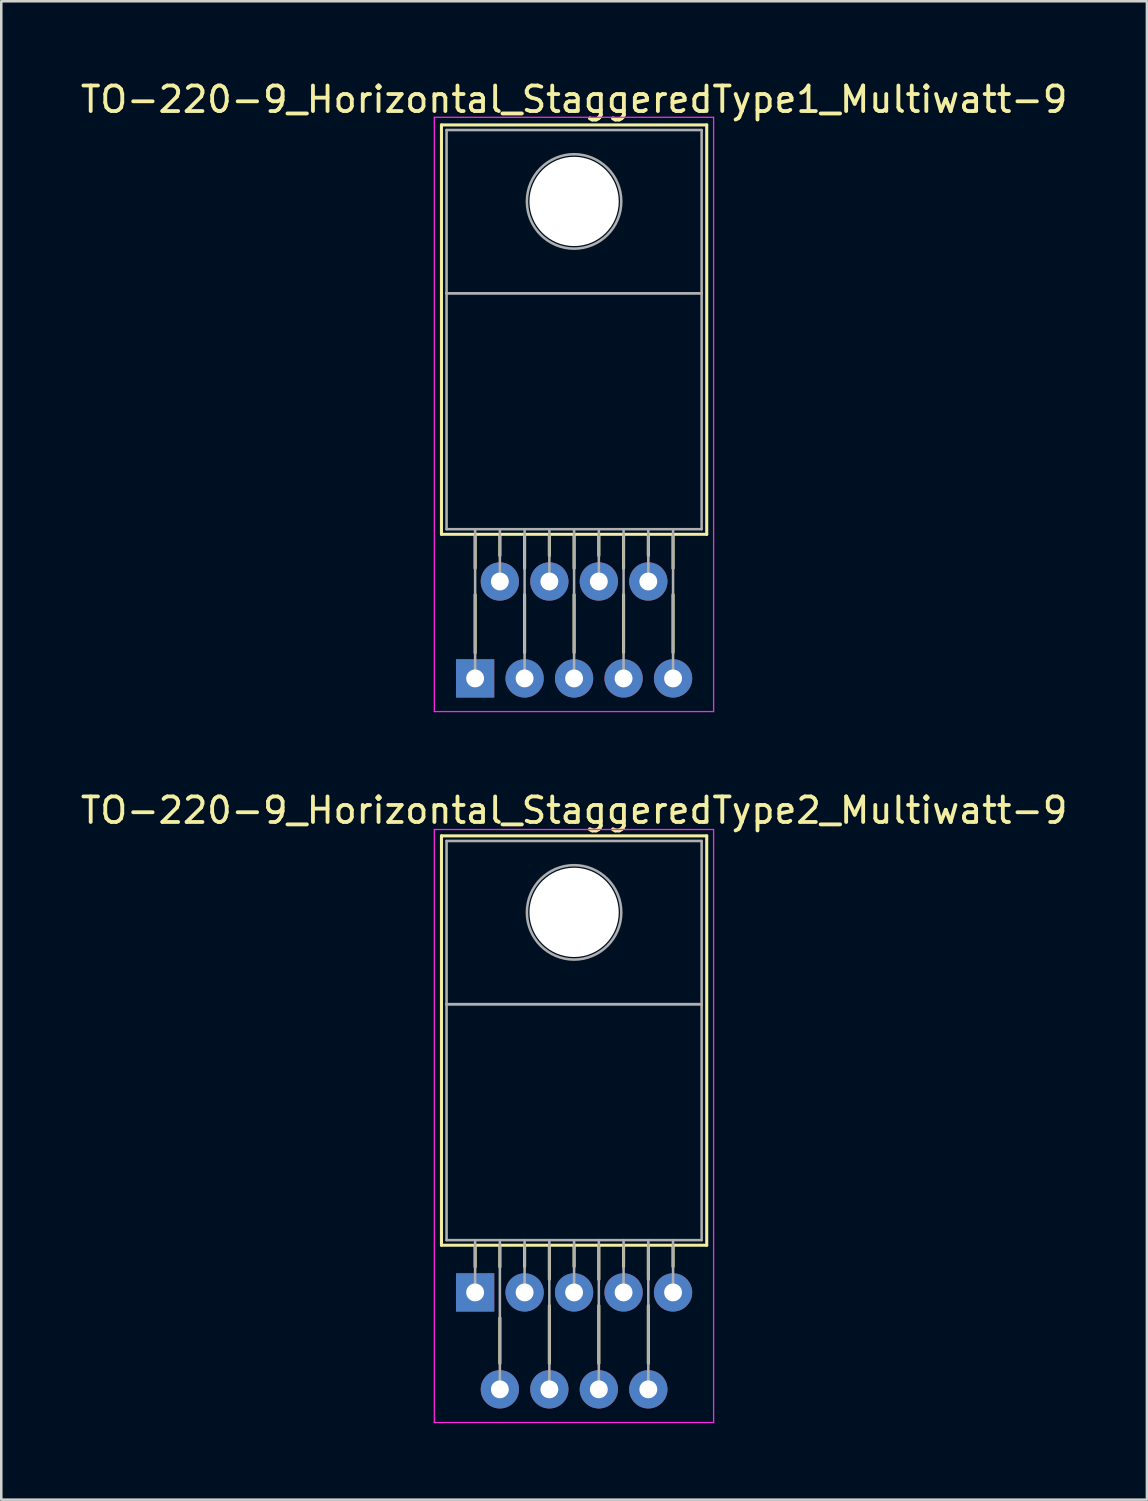
<source format=kicad_pcb>
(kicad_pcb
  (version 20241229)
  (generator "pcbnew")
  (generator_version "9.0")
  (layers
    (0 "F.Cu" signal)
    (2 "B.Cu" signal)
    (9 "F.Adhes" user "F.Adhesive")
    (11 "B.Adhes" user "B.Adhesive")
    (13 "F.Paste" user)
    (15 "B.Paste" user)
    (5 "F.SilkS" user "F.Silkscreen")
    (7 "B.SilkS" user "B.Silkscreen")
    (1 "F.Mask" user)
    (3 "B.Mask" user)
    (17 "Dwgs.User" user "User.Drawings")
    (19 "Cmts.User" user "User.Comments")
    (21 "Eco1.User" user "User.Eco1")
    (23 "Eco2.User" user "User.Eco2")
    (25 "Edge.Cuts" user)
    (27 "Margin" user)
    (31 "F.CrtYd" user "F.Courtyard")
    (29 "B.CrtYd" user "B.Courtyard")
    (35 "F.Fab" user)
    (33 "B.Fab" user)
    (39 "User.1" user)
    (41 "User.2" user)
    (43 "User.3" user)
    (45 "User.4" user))
  (footprint "TO-220-9_Horizontal_StaggeredType2_Multiwatt-9"
    (layer "F.Cu")
    (at 15.578 47.621)
    (property "Reference" "TO-220-9_Horizontal_StaggeredType2_Multiwatt-9" (at 3.88 -18.9 0) (layer "F.SilkS") (effects (font (size 1 1) (thickness 0.15))))
    (attr through_hole)
    (fp_line (start -1.32 -17.9) (end -1.32 -1.85) (stroke (width 0.12) (type solid)) (layer "F.SilkS"))
    (fp_line (start -1.32 -17.9) (end 9.08 -17.9) (stroke (width 0.12) (type solid)) (layer "F.SilkS"))
    (fp_line (start -1.32 -1.85) (end 9.08 -1.85) (stroke (width 0.12) (type solid)) (layer "F.SilkS"))
    (fp_line (start 0 -1.85) (end 0 -1) (stroke (width 0.12) (type solid)) (layer "F.SilkS"))
    (fp_line (start 0.97 -1.85) (end 0.97 -1) (stroke (width 0.12) (type solid)) (layer "F.SilkS"))
    (fp_line (start 0.97 1) (end 0.97 2.785) (stroke (width 0.12) (type solid)) (layer "F.SilkS"))
    (fp_line (start 1.94 -1.85) (end 1.94 -1.015) (stroke (width 0.12) (type solid)) (layer "F.SilkS"))
    (fp_line (start 2.91 -1.85) (end 2.91 -0.515) (stroke (width 0.12) (type solid)) (layer "F.SilkS"))
    (fp_line (start 2.91 0.515) (end 2.91 2.785) (stroke (width 0.12) (type solid)) (layer "F.SilkS"))
    (fp_line (start 3.88 -1.85) (end 3.88 -1.015) (stroke (width 0.12) (type solid)) (layer "F.SilkS"))
    (fp_line (start 4.85 -1.85) (end 4.85 -0.515) (stroke (width 0.12) (type solid)) (layer "F.SilkS"))
    (fp_line (start 4.85 0.515) (end 4.85 2.785) (stroke (width 0.12) (type solid)) (layer "F.SilkS"))
    (fp_line (start 5.82 -1.85) (end 5.82 -1.015) (stroke (width 0.12) (type solid)) (layer "F.SilkS"))
    (fp_line (start 6.79 -1.85) (end 6.79 -0.515) (stroke (width 0.12) (type solid)) (layer "F.SilkS"))
    (fp_line (start 6.79 0.515) (end 6.79 2.785) (stroke (width 0.12) (type solid)) (layer "F.SilkS"))
    (fp_line (start 7.76 -1.85) (end 7.76 -1.015) (stroke (width 0.12) (type solid)) (layer "F.SilkS"))
    (fp_line (start 9.08 -17.9) (end 9.08 -1.85) (stroke (width 0.12) (type solid)) (layer "F.SilkS"))
    (fp_line (start -1.6 -18.15) (end -1.6 5.1) (stroke (width 0.05) (type solid)) (layer "F.CrtYd"))
    (fp_line (start -1.6 5.1) (end 9.35 5.1) (stroke (width 0.05) (type solid)) (layer "F.CrtYd"))
    (fp_line (start 9.35 -18.15) (end -1.6 -18.15) (stroke (width 0.05) (type solid)) (layer "F.CrtYd"))
    (fp_line (start 9.35 5.1) (end 9.35 -18.15) (stroke (width 0.05) (type solid)) (layer "F.CrtYd"))
    (fp_line (start -1.12 -17.7) (end 8.88 -17.7) (stroke (width 0.1) (type solid)) (layer "F.Fab"))
    (fp_line (start -1.12 -11.3) (end -1.12 -17.7) (stroke (width 0.1) (type solid)) (layer "F.Fab"))
    (fp_line (start -1.12 -11.3) (end 8.88 -11.3) (stroke (width 0.1) (type solid)) (layer "F.Fab"))
    (fp_line (start -1.12 -2.05) (end -1.12 -11.3) (stroke (width 0.1) (type solid)) (layer "F.Fab"))
    (fp_line (start 0 -2.05) (end 0 0) (stroke (width 0.1) (type solid)) (layer "F.Fab"))
    (fp_line (start 0.97 -2.05) (end 0.97 3.8) (stroke (width 0.1) (type solid)) (layer "F.Fab"))
    (fp_line (start 1.94 -2.05) (end 1.94 0) (stroke (width 0.1) (type solid)) (layer "F.Fab"))
    (fp_line (start 2.91 -2.05) (end 2.91 3.8) (stroke (width 0.1) (type solid)) (layer "F.Fab"))
    (fp_line (start 3.88 -2.05) (end 3.88 0) (stroke (width 0.1) (type solid)) (layer "F.Fab"))
    (fp_line (start 4.85 -2.05) (end 4.85 3.8) (stroke (width 0.1) (type solid)) (layer "F.Fab"))
    (fp_line (start 5.82 -2.05) (end 5.82 0) (stroke (width 0.1) (type solid)) (layer "F.Fab"))
    (fp_line (start 6.79 -2.05) (end 6.79 3.8) (stroke (width 0.1) (type solid)) (layer "F.Fab"))
    (fp_line (start 7.76 -2.05) (end 7.76 0) (stroke (width 0.1) (type solid)) (layer "F.Fab"))
    (fp_line (start 8.88 -17.7) (end 8.88 -11.3) (stroke (width 0.1) (type solid)) (layer "F.Fab"))
    (fp_line (start 8.88 -11.3) (end -1.12 -11.3) (stroke (width 0.1) (type solid)) (layer "F.Fab"))
    (fp_line (start 8.88 -11.3) (end 8.88 -2.05) (stroke (width 0.1) (type solid)) (layer "F.Fab"))
    (fp_line (start 8.88 -2.05) (end -1.12 -2.05) (stroke (width 0.1) (type solid)) (layer "F.Fab"))
    (fp_circle (center 3.88 -14.9) (end 5.73 -14.9) (stroke (width 0.1) (type solid)) (fill no) (layer "F.Fab"))
    (pad "" np_thru_hole oval (at 3.88 -14.9) (size 3.5 3.5) (drill 3.5) (layers "*.Cu" "*.Mask"))
    (pad "1" thru_hole rect (at 0 0) (size 1.5 1.5) (drill 0.7) (layers "*.Cu" "*.Mask"))
    (pad "2" thru_hole oval (at 0.97 3.8) (size 1.5 1.5) (drill 0.7) (layers "*.Cu" "*.Mask"))
    (pad "3" thru_hole oval (at 1.94 0) (size 1.5 1.5) (drill 0.7) (layers "*.Cu" "*.Mask"))
    (pad "4" thru_hole oval (at 2.91 3.8) (size 1.5 1.5) (drill 0.7) (layers "*.Cu" "*.Mask"))
    (pad "5" thru_hole oval (at 3.88 0) (size 1.5 1.5) (drill 0.7) (layers "*.Cu" "*.Mask"))
    (pad "6" thru_hole oval (at 4.85 3.8) (size 1.5 1.5) (drill 0.7) (layers "*.Cu" "*.Mask"))
    (pad "7" thru_hole oval (at 5.82 0) (size 1.5 1.5) (drill 0.7) (layers "*.Cu" "*.Mask"))
    (pad "8" thru_hole oval (at 6.79 3.8) (size 1.5 1.5) (drill 0.7) (layers "*.Cu" "*.Mask"))
    (pad "9" thru_hole oval (at 7.76 0) (size 1.5 1.5) (drill 0.7) (layers "*.Cu" "*.Mask")))
  (footprint "TO-220-9_Horizontal_StaggeredType1_Multiwatt-9"
    (layer "F.Cu")
    (at 15.578 23.548)
    (property "Reference" "TO-220-9_Horizontal_StaggeredType1_Multiwatt-9" (at 3.88 -22.7 0) (layer "F.SilkS") (effects (font (size 1 1) (thickness 0.15))))
    (attr through_hole)
    (fp_line (start -1.32 -21.7) (end -1.32 -5.65) (stroke (width 0.12) (type solid)) (layer "F.SilkS"))
    (fp_line (start -1.32 -21.7) (end 9.08 -21.7) (stroke (width 0.12) (type solid)) (layer "F.SilkS"))
    (fp_line (start -1.32 -5.65) (end 9.08 -5.65) (stroke (width 0.12) (type solid)) (layer "F.SilkS"))
    (fp_line (start 0 -5.65) (end 0 -4.315) (stroke (width 0.12) (type solid)) (layer "F.SilkS"))
    (fp_line (start 0 -3.285) (end 0 -1) (stroke (width 0.12) (type solid)) (layer "F.SilkS"))
    (fp_line (start 0.97 -5.65) (end 0.97 -4.815) (stroke (width 0.12) (type solid)) (layer "F.SilkS"))
    (fp_line (start 1.94 -5.65) (end 1.94 -4.315) (stroke (width 0.12) (type solid)) (layer "F.SilkS"))
    (fp_line (start 1.94 -3.285) (end 1.94 -1.015) (stroke (width 0.12) (type solid)) (layer "F.SilkS"))
    (fp_line (start 2.91 -5.65) (end 2.91 -4.815) (stroke (width 0.12) (type solid)) (layer "F.SilkS"))
    (fp_line (start 3.88 -5.65) (end 3.88 -4.315) (stroke (width 0.12) (type solid)) (layer "F.SilkS"))
    (fp_line (start 3.88 -3.285) (end 3.88 -1.015) (stroke (width 0.12) (type solid)) (layer "F.SilkS"))
    (fp_line (start 4.85 -5.65) (end 4.85 -4.815) (stroke (width 0.12) (type solid)) (layer "F.SilkS"))
    (fp_line (start 5.82 -5.65) (end 5.82 -4.315) (stroke (width 0.12) (type solid)) (layer "F.SilkS"))
    (fp_line (start 5.82 -3.285) (end 5.82 -1.015) (stroke (width 0.12) (type solid)) (layer "F.SilkS"))
    (fp_line (start 6.79 -5.65) (end 6.79 -4.815) (stroke (width 0.12) (type solid)) (layer "F.SilkS"))
    (fp_line (start 7.76 -5.65) (end 7.76 -4.315) (stroke (width 0.12) (type solid)) (layer "F.SilkS"))
    (fp_line (start 7.76 -3.285) (end 7.76 -1.015) (stroke (width 0.12) (type solid)) (layer "F.SilkS"))
    (fp_line (start 9.08 -21.7) (end 9.08 -5.65) (stroke (width 0.12) (type solid)) (layer "F.SilkS"))
    (fp_line (start -1.6 -22) (end -1.6 1.3) (stroke (width 0.05) (type solid)) (layer "F.CrtYd"))
    (fp_line (start -1.6 1.3) (end 9.35 1.3) (stroke (width 0.05) (type solid)) (layer "F.CrtYd"))
    (fp_line (start 9.35 -22) (end -1.6 -22) (stroke (width 0.05) (type solid)) (layer "F.CrtYd"))
    (fp_line (start 9.35 1.3) (end 9.35 -22) (stroke (width 0.05) (type solid)) (layer "F.CrtYd"))
    (fp_line (start -1.12 -21.5) (end 8.88 -21.5) (stroke (width 0.1) (type solid)) (layer "F.Fab"))
    (fp_line (start -1.12 -15.1) (end -1.12 -21.5) (stroke (width 0.1) (type solid)) (layer "F.Fab"))
    (fp_line (start -1.12 -15.1) (end 8.88 -15.1) (stroke (width 0.1) (type solid)) (layer "F.Fab"))
    (fp_line (start -1.12 -5.85) (end -1.12 -15.1) (stroke (width 0.1) (type solid)) (layer "F.Fab"))
    (fp_line (start 0 -5.85) (end 0 0) (stroke (width 0.1) (type solid)) (layer "F.Fab"))
    (fp_line (start 0.97 -5.85) (end 0.97 -3.8) (stroke (width 0.1) (type solid)) (layer "F.Fab"))
    (fp_line (start 1.94 -5.85) (end 1.94 0) (stroke (width 0.1) (type solid)) (layer "F.Fab"))
    (fp_line (start 2.91 -5.85) (end 2.91 -3.8) (stroke (width 0.1) (type solid)) (layer "F.Fab"))
    (fp_line (start 3.88 -5.85) (end 3.88 0) (stroke (width 0.1) (type solid)) (layer "F.Fab"))
    (fp_line (start 4.85 -5.85) (end 4.85 -3.8) (stroke (width 0.1) (type solid)) (layer "F.Fab"))
    (fp_line (start 5.82 -5.85) (end 5.82 0) (stroke (width 0.1) (type solid)) (layer "F.Fab"))
    (fp_line (start 6.79 -5.85) (end 6.79 -3.8) (stroke (width 0.1) (type solid)) (layer "F.Fab"))
    (fp_line (start 7.76 -5.85) (end 7.76 0) (stroke (width 0.1) (type solid)) (layer "F.Fab"))
    (fp_line (start 8.88 -21.5) (end 8.88 -15.1) (stroke (width 0.1) (type solid)) (layer "F.Fab"))
    (fp_line (start 8.88 -15.1) (end -1.12 -15.1) (stroke (width 0.1) (type solid)) (layer "F.Fab"))
    (fp_line (start 8.88 -15.1) (end 8.88 -5.85) (stroke (width 0.1) (type solid)) (layer "F.Fab"))
    (fp_line (start 8.88 -5.85) (end -1.12 -5.85) (stroke (width 0.1) (type solid)) (layer "F.Fab"))
    (fp_circle (center 3.88 -18.7) (end 5.73 -18.7) (stroke (width 0.1) (type solid)) (fill no) (layer "F.Fab"))
    (pad "" np_thru_hole oval (at 3.88 -18.7) (size 3.5 3.5) (drill 3.5) (layers "*.Cu" "*.Mask"))
    (pad "1" thru_hole rect (at 0 0) (size 1.5 1.5) (drill 0.7) (layers "*.Cu" "*.Mask"))
    (pad "2" thru_hole oval (at 0.97 -3.8) (size 1.5 1.5) (drill 0.7) (layers "*.Cu" "*.Mask"))
    (pad "3" thru_hole oval (at 1.94 0) (size 1.5 1.5) (drill 0.7) (layers "*.Cu" "*.Mask"))
    (pad "4" thru_hole oval (at 2.91 -3.8) (size 1.5 1.5) (drill 0.7) (layers "*.Cu" "*.Mask"))
    (pad "5" thru_hole oval (at 3.88 0) (size 1.5 1.5) (drill 0.7) (layers "*.Cu" "*.Mask"))
    (pad "6" thru_hole oval (at 4.85 -3.8) (size 1.5 1.5) (drill 0.7) (layers "*.Cu" "*.Mask"))
    (pad "7" thru_hole oval (at 5.82 0) (size 1.5 1.5) (drill 0.7) (layers "*.Cu" "*.Mask"))
    (pad "8" thru_hole oval (at 6.79 -3.8) (size 1.5 1.5) (drill 0.7) (layers "*.Cu" "*.Mask"))
    (pad "9" thru_hole oval (at 7.76 0) (size 1.5 1.5) (drill 0.7) (layers "*.Cu" "*.Mask")))
  (gr_rect
    (start -3 -3)
    (end 41.917 55.746)
    (stroke (width 0.1) (type default))
    (fill no)
    (layer "Edge.Cuts")))
</source>
